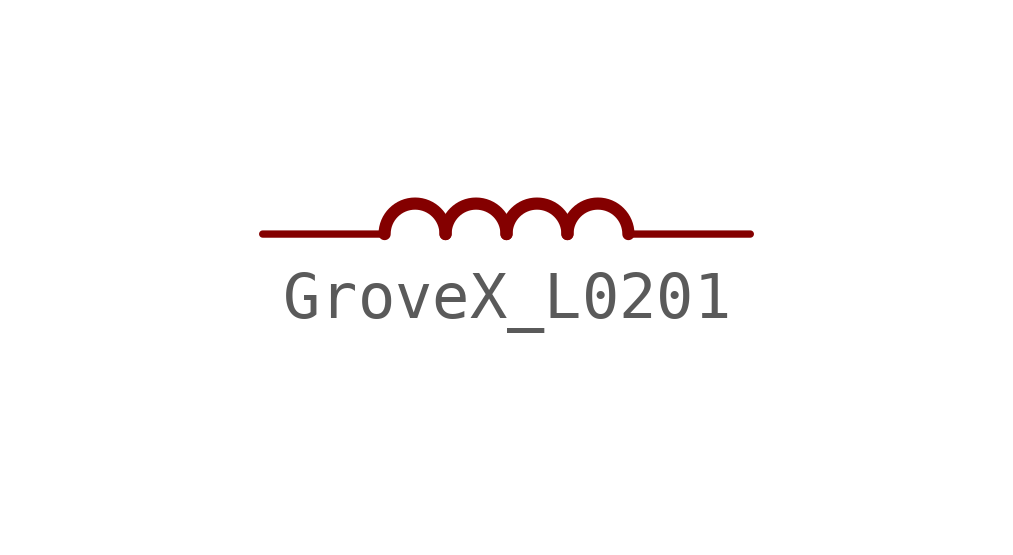
<source format=kicad_sym>
(kicad_symbol_lib
  (version 20231120)
  (generator "kicad_symbol_editor")
  (generator_version "8.0")
  (symbol "GroveX_L0201"
    (property "Reference" "L"
      (at -5.08 0 0)
      (effects (font (size 1.27 1.079)) (justify left bottom) (hide yes)))
    (property "ki_locked" ""
      (at 0 0 0)
      (effects (font (size 1.27 1.27))))
    (symbol "GroveX_L0201_1_0"
      (arc (start -1.27 0) (mid -1.905 0.635) (end -2.54 0) (stroke (width 0.254) (type solid)) (fill (type none)))
      (arc (start 0 0) (mid -0.635 0.635) (end -1.27 0) (stroke (width 0.254) (type solid)) (fill (type none)))
      (arc (start 1.27 0) (mid 0.635 0.635) (end 0 0) (stroke (width 0.254) (type solid)) (fill (type none)))
      (arc (start 2.54 0) (mid 1.905 0.635) (end 1.27 0) (stroke (width 0.254) (type solid)) (fill (type none)))
      (pin passive line (at -5.08 0 0) (length 2.54) (name "1" (effects (font (size 0 0)))) (number "1" (effects (font (size 0 0)))))
      (pin passive line (at 5.08 0 180) (length 2.54) (name "2" (effects (font (size 0 0)))) (number "2" (effects (font (size 0 0))))))))
</source>
